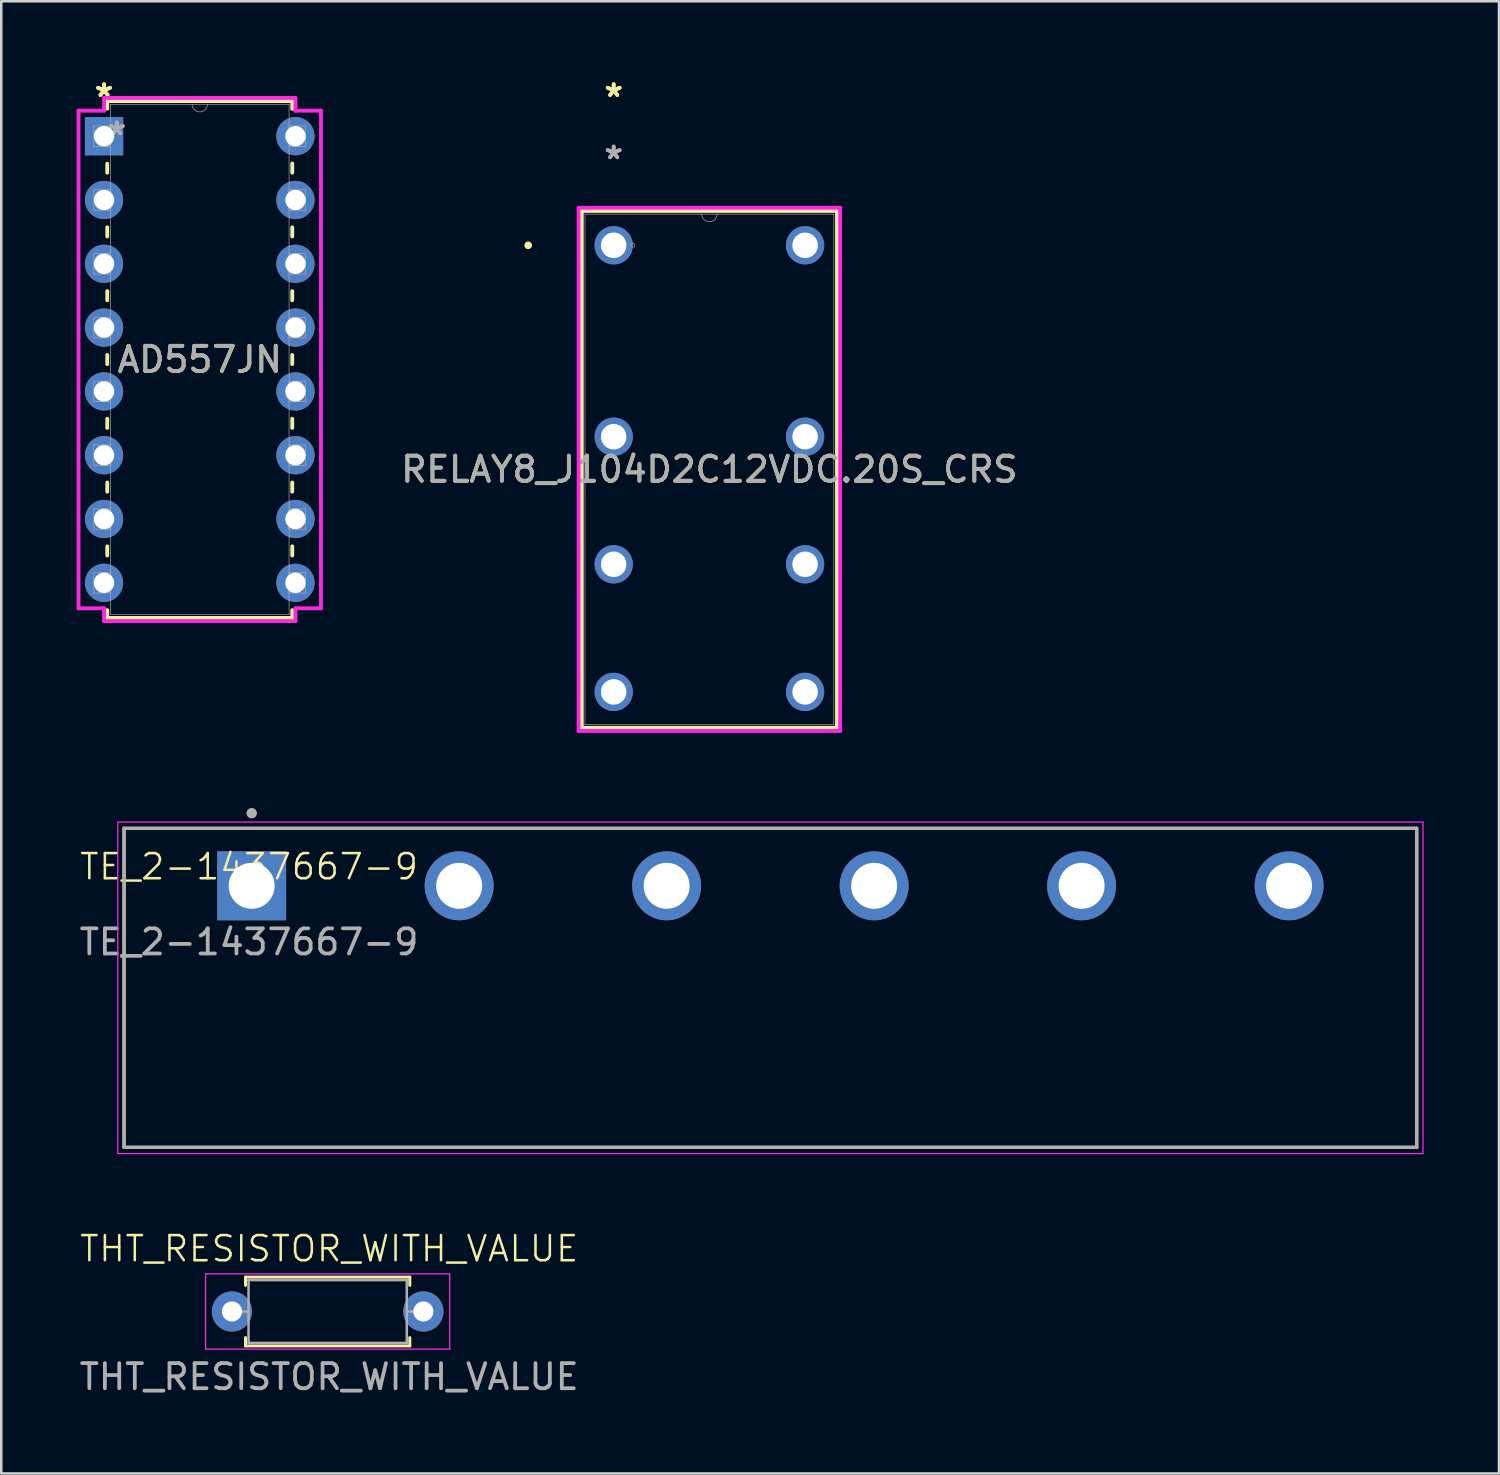
<source format=kicad_pcb>
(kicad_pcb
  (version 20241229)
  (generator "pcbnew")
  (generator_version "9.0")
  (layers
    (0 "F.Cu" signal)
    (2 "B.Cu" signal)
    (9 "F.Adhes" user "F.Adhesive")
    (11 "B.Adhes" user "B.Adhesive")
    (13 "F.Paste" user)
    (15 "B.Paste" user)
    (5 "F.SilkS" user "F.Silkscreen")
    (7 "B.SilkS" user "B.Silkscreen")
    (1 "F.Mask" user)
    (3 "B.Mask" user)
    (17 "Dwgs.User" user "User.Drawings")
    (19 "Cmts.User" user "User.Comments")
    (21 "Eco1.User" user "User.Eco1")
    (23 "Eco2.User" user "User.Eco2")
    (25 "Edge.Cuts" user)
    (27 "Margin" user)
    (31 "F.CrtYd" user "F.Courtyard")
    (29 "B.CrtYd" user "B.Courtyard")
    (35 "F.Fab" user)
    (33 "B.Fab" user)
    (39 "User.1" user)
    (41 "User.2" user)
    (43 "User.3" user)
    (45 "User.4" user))
  (footprint "RELAY8_J104D2C12VDC.20S_CRS"
    (layer "F.Cu")
    (at 21.381 6.715)
    (property "Reference" "RELAY8_J104D2C12VDC.20S_CRS" (at 3.81 8.92 0) (unlocked yes) (layer "F.SilkS") (effects (font (size 1 1) (thickness 0.15))))
    (attr through_hole)
    (fp_line (start -1.27 -1.367) (end -1.27 19.207) (stroke (width 0.152) (type solid)) (layer "F.SilkS"))
    (fp_line (start -1.27 19.207) (end 8.89 19.207) (stroke (width 0.152) (type solid)) (layer "F.SilkS"))
    (fp_line (start 8.89 -1.367) (end -1.27 -1.367) (stroke (width 0.152) (type solid)) (layer "F.SilkS"))
    (fp_line (start 8.89 19.207) (end 8.89 -1.367) (stroke (width 0.152) (type solid)) (layer "F.SilkS"))
    (fp_circle (center -3.404 0) (end -3.327 0) (stroke (width 0.152) (type solid)) (fill no) (layer "F.SilkS"))
    (fp_line (start -1.397 -1.494) (end 9.017 -1.494) (stroke (width 0.152) (type solid)) (layer "F.CrtYd"))
    (fp_line (start -1.397 19.334) (end -1.397 -1.494) (stroke (width 0.152) (type solid)) (layer "F.CrtYd"))
    (fp_line (start 9.017 -1.494) (end 9.017 19.334) (stroke (width 0.152) (type solid)) (layer "F.CrtYd"))
    (fp_line (start 9.017 19.334) (end -1.397 19.334) (stroke (width 0.152) (type solid)) (layer "F.CrtYd"))
    (fp_line (start -1.143 -1.24) (end -1.143 19.08) (stroke (width 0.025) (type solid)) (layer "F.Fab"))
    (fp_line (start -1.143 19.08) (end 8.763 19.08) (stroke (width 0.025) (type solid)) (layer "F.Fab"))
    (fp_line (start 8.763 -1.24) (end -1.143 -1.24) (stroke (width 0.025) (type solid)) (layer "F.Fab"))
    (fp_line (start 8.763 19.08) (end 8.763 -1.24) (stroke (width 0.025) (type solid)) (layer "F.Fab"))
    (fp_arc (start 4.1148 -1.240003) (mid 3.81 -0.935203) (end 3.5052 -1.240003) (stroke (width 0.0254) (type solid)) (layer "F.Fab"))
    (fp_circle (center 0.762 0) (end 0.838 0) (stroke (width 0.025) (type solid)) (fill no) (layer "F.Fab"))
    (fp_text user "*" (at 0 -5.867 0) (layer "F.SilkS") (effects (font (size 1 1) (thickness 0.15))))
    (fp_text user "*" (at 0 -5.867 0) (unlocked yes) (layer "F.SilkS") (effects (font (size 1 1) (thickness 0.15))))
    (fp_text user "*" (at 0 -3.387 0) (layer "F.Fab") (effects (font (size 1 1) (thickness 0.15))))
    (fp_text user "${REFERENCE}" (at 3.81 8.92 0) (unlocked yes) (layer "F.Fab") (effects (font (size 1 1) (thickness 0.15))))
    (fp_text user "*" (at 0 -3.387 0) (unlocked yes) (layer "F.Fab") (effects (font (size 1 1) (thickness 0.15))))
    (pad "1" thru_hole circle (at 0 0) (size 1.524 1.524) (drill 1.016) (layers "*.Cu" "*.Mask"))
    (pad "2" thru_hole circle (at 0 7.62) (size 1.524 1.524) (drill 1.016) (layers "*.Cu" "*.Mask"))
    (pad "3" thru_hole circle (at 0 12.7) (size 1.524 1.524) (drill 1.016) (layers "*.Cu" "*.Mask"))
    (pad "4" thru_hole circle (at 0 17.78) (size 1.524 1.524) (drill 1.016) (layers "*.Cu" "*.Mask"))
    (pad "5" thru_hole circle (at 7.62 17.78) (size 1.524 1.524) (drill 1.016) (layers "*.Cu" "*.Mask"))
    (pad "6" thru_hole circle (at 7.62 12.7) (size 1.524 1.524) (drill 1.016) (layers "*.Cu" "*.Mask"))
    (pad "7" thru_hole circle (at 7.62 7.62) (size 1.524 1.524) (drill 1.016) (layers "*.Cu" "*.Mask"))
    (pad "8" thru_hole circle (at 7.62 0) (size 1.524 1.524) (drill 1.016) (layers "*.Cu" "*.Mask")))
  (footprint "THT_RESISTOR_WITH_VALUE"
    (layer "F.Cu")
    (at 10.054 49.261)
    (property "Reference" "THT_RESISTOR_WITH_VALUE" (at 0 -2.6 0) (unlocked yes) (layer "F.SilkS") (effects (font (size 1 1) (thickness 0.1))))
    (attr through_hole)
    (fp_line (start -3.33 -1.47) (end 3.21 -1.47) (stroke (width 0.12) (type solid)) (layer "F.SilkS"))
    (fp_line (start -3.33 -1.14) (end -3.33 -1.47) (stroke (width 0.12) (type solid)) (layer "F.SilkS"))
    (fp_line (start -3.33 0.94) (end -3.33 1.27) (stroke (width 0.12) (type solid)) (layer "F.SilkS"))
    (fp_line (start -3.33 1.27) (end 3.21 1.27) (stroke (width 0.12) (type solid)) (layer "F.SilkS"))
    (fp_line (start 3.21 -1.47) (end 3.21 -1.14) (stroke (width 0.12) (type solid)) (layer "F.SilkS"))
    (fp_line (start 3.21 1.27) (end 3.21 0.94) (stroke (width 0.12) (type solid)) (layer "F.SilkS"))
    (fp_line (start -4.92 -1.6) (end -4.92 1.4) (stroke (width 0.05) (type solid)) (layer "F.CrtYd"))
    (fp_line (start -4.92 1.4) (end 4.8 1.4) (stroke (width 0.05) (type solid)) (layer "F.CrtYd"))
    (fp_line (start 4.8 -1.6) (end -4.92 -1.6) (stroke (width 0.05) (type solid)) (layer "F.CrtYd"))
    (fp_line (start 4.8 1.4) (end 4.8 -1.6) (stroke (width 0.05) (type solid)) (layer "F.CrtYd"))
    (fp_line (start -3.87 -0.1) (end -3.21 -0.1) (stroke (width 0.1) (type solid)) (layer "F.Fab"))
    (fp_line (start -3.21 -1.35) (end -3.21 1.15) (stroke (width 0.1) (type solid)) (layer "F.Fab"))
    (fp_line (start -3.21 1.15) (end 3.09 1.15) (stroke (width 0.1) (type solid)) (layer "F.Fab"))
    (fp_line (start 3.09 -1.35) (end -3.21 -1.35) (stroke (width 0.1) (type solid)) (layer "F.Fab"))
    (fp_line (start 3.09 1.15) (end 3.09 -1.35) (stroke (width 0.1) (type solid)) (layer "F.Fab"))
    (fp_line (start 3.75 -0.1) (end 3.09 -0.1) (stroke (width 0.1) (type solid)) (layer "F.Fab"))
    (fp_text user "${REFERENCE}" (at 0 2.5 0) (unlocked yes) (layer "F.Fab") (effects (font (size 1 1) (thickness 0.15))))
    (pad "1" thru_hole circle (at -3.87 -0.1) (size 1.6 1.6) (drill 0.8) (layers "*.Cu" "*.Mask"))
    (pad "2" thru_hole oval (at 3.75 -0.1) (size 1.6 1.6) (drill 0.8) (layers "*.Cu" "*.Mask")))
  (footprint "TE_2-1437667-9"
    (layer "F.Cu")
    (at 6.863 32.215)
    (property "Reference" "TE_2-1437667-9" (at 0 -0.762 0) (unlocked yes) (layer "F.SilkS") (effects (font (size 1 1) (thickness 0.1))))
    (attr through_hole)
    (fp_line (start -4.974 -2.29) (end 46.486 -2.29) (stroke (width 0.127) (type solid)) (layer "F.SilkS"))
    (fp_line (start -4.974 10.41) (end -4.974 -2.29) (stroke (width 0.127) (type solid)) (layer "F.SilkS"))
    (fp_line (start 46.486 -2.29) (end 46.486 10.41) (stroke (width 0.127) (type solid)) (layer "F.SilkS"))
    (fp_line (start 46.486 10.41) (end -4.974 10.41) (stroke (width 0.127) (type solid)) (layer "F.SilkS"))
    (fp_circle (center 0.106 -2.89) (end 0.206 -2.89) (stroke (width 0.2) (type solid)) (fill no) (layer "F.SilkS"))
    (fp_line (start -5.224 -2.54) (end 46.736 -2.54) (stroke (width 0.05) (type solid)) (layer "F.CrtYd"))
    (fp_line (start -5.224 10.66) (end -5.224 -2.54) (stroke (width 0.05) (type solid)) (layer "F.CrtYd"))
    (fp_line (start 46.736 -2.54) (end 46.736 10.66) (stroke (width 0.05) (type solid)) (layer "F.CrtYd"))
    (fp_line (start 46.736 10.66) (end -5.224 10.66) (stroke (width 0.05) (type solid)) (layer "F.CrtYd"))
    (fp_line (start -4.974 -2.29) (end 46.486 -2.29) (stroke (width 0.127) (type solid)) (layer "F.Fab"))
    (fp_line (start -4.974 10.41) (end -4.974 -2.29) (stroke (width 0.127) (type solid)) (layer "F.Fab"))
    (fp_line (start 46.486 -2.29) (end 46.486 10.41) (stroke (width 0.127) (type solid)) (layer "F.Fab"))
    (fp_line (start 46.486 10.41) (end -4.974 10.41) (stroke (width 0.127) (type solid)) (layer "F.Fab"))
    (fp_circle (center 0.106 -2.89) (end 0.206 -2.89) (stroke (width 0.2) (type solid)) (fill no) (layer "F.Fab"))
    (fp_text user "${REFERENCE}" (at 0 2.238 0) (unlocked yes) (layer "F.Fab") (effects (font (size 1 1) (thickness 0.15))))
    (pad "1" thru_hole rect (at 0.106 0) (size 2.745 2.745) (drill 1.83) (layers "*.Cu" "*.Mask"))
    (pad "2" thru_hole circle (at 8.366 0) (size 2.745 2.745) (drill 1.83) (layers "*.Cu" "*.Mask"))
    (pad "3" thru_hole circle (at 16.626 0) (size 2.745 2.745) (drill 1.83) (layers "*.Cu" "*.Mask"))
    (pad "4" thru_hole circle (at 24.886 0) (size 2.745 2.745) (drill 1.83) (layers "*.Cu" "*.Mask"))
    (pad "5" thru_hole circle (at 33.146 0) (size 2.745 2.745) (drill 1.83) (layers "*.Cu" "*.Mask"))
    (pad "6" thru_hole circle (at 41.406 0) (size 2.745 2.745) (drill 1.83) (layers "*.Cu" "*.Mask")))
  (footprint "AD557JN"
    (layer "F.Cu")
    (at 1.092 2.372)
    (property "Reference" "AD557JN" (at 3.81 8.89 0) (unlocked yes) (layer "F.SilkS") (effects (font (size 1 1) (thickness 0.15))))
    (attr through_hole)
    (fp_line (start 0.127 -1.397) (end 0.127 -1.095) (stroke (width 0.152) (type solid)) (layer "F.SilkS"))
    (fp_line (start 0.127 1.095) (end 0.127 1.453) (stroke (width 0.152) (type solid)) (layer "F.SilkS"))
    (fp_line (start 0.127 3.627) (end 0.127 3.993) (stroke (width 0.152) (type solid)) (layer "F.SilkS"))
    (fp_line (start 0.127 6.167) (end 0.127 6.533) (stroke (width 0.152) (type solid)) (layer "F.SilkS"))
    (fp_line (start 0.127 8.707) (end 0.127 9.073) (stroke (width 0.152) (type solid)) (layer "F.SilkS"))
    (fp_line (start 0.127 11.247) (end 0.127 11.613) (stroke (width 0.152) (type solid)) (layer "F.SilkS"))
    (fp_line (start 0.127 13.787) (end 0.127 14.153) (stroke (width 0.152) (type solid)) (layer "F.SilkS"))
    (fp_line (start 0.127 16.327) (end 0.127 16.693) (stroke (width 0.152) (type solid)) (layer "F.SilkS"))
    (fp_line (start 0.127 18.867) (end 0.127 19.177) (stroke (width 0.152) (type solid)) (layer "F.SilkS"))
    (fp_line (start 0.127 19.177) (end 7.493 19.177) (stroke (width 0.152) (type solid)) (layer "F.SilkS"))
    (fp_line (start 7.493 -1.397) (end 0.127 -1.397) (stroke (width 0.152) (type solid)) (layer "F.SilkS"))
    (fp_line (start 7.493 -1.087) (end 7.493 -1.397) (stroke (width 0.152) (type solid)) (layer "F.SilkS"))
    (fp_line (start 7.493 1.453) (end 7.493 1.087) (stroke (width 0.152) (type solid)) (layer "F.SilkS"))
    (fp_line (start 7.493 3.993) (end 7.493 3.627) (stroke (width 0.152) (type solid)) (layer "F.SilkS"))
    (fp_line (start 7.493 6.533) (end 7.493 6.167) (stroke (width 0.152) (type solid)) (layer "F.SilkS"))
    (fp_line (start 7.493 9.073) (end 7.493 8.707) (stroke (width 0.152) (type solid)) (layer "F.SilkS"))
    (fp_line (start 7.493 11.613) (end 7.493 11.247) (stroke (width 0.152) (type solid)) (layer "F.SilkS"))
    (fp_line (start 7.493 14.153) (end 7.493 13.787) (stroke (width 0.152) (type solid)) (layer "F.SilkS"))
    (fp_line (start 7.493 16.693) (end 7.493 16.327) (stroke (width 0.152) (type solid)) (layer "F.SilkS"))
    (fp_line (start 7.493 19.177) (end 7.493 18.867) (stroke (width 0.152) (type solid)) (layer "F.SilkS"))
    (fp_line (start -1.016 -1.016) (end 0 -1.016) (stroke (width 0.152) (type solid)) (layer "F.CrtYd"))
    (fp_line (start -1.016 18.796) (end -1.016 -1.016) (stroke (width 0.152) (type solid)) (layer "F.CrtYd"))
    (fp_line (start 0 -1.524) (end 7.62 -1.524) (stroke (width 0.152) (type solid)) (layer "F.CrtYd"))
    (fp_line (start 0 -1.016) (end 0 -1.524) (stroke (width 0.152) (type solid)) (layer "F.CrtYd"))
    (fp_line (start 0 18.796) (end -1.016 18.796) (stroke (width 0.152) (type solid)) (layer "F.CrtYd"))
    (fp_line (start 0 19.304) (end 0 18.796) (stroke (width 0.152) (type solid)) (layer "F.CrtYd"))
    (fp_line (start 7.62 -1.524) (end 7.62 -1.016) (stroke (width 0.152) (type solid)) (layer "F.CrtYd"))
    (fp_line (start 7.62 18.796) (end 7.62 19.304) (stroke (width 0.152) (type solid)) (layer "F.CrtYd"))
    (fp_line (start 7.62 19.304) (end 0 19.304) (stroke (width 0.152) (type solid)) (layer "F.CrtYd"))
    (fp_line (start 8.636 -1.016) (end 7.62 -1.016) (stroke (width 0.152) (type solid)) (layer "F.CrtYd"))
    (fp_line (start 8.636 -1.016) (end 8.636 18.796) (stroke (width 0.152) (type solid)) (layer "F.CrtYd"))
    (fp_line (start 8.636 18.796) (end 7.62 18.796) (stroke (width 0.152) (type solid)) (layer "F.CrtYd"))
    (fp_line (start -0.406 -0.406) (end -0.406 0.406) (stroke (width 0.025) (type solid)) (layer "F.Fab"))
    (fp_line (start -0.406 0.406) (end 0.254 0.406) (stroke (width 0.025) (type solid)) (layer "F.Fab"))
    (fp_line (start -0.406 2.134) (end -0.406 2.946) (stroke (width 0.025) (type solid)) (layer "F.Fab"))
    (fp_line (start -0.406 2.946) (end 0.254 2.946) (stroke (width 0.025) (type solid)) (layer "F.Fab"))
    (fp_line (start -0.406 4.674) (end -0.406 5.486) (stroke (width 0.025) (type solid)) (layer "F.Fab"))
    (fp_line (start -0.406 5.486) (end 0.254 5.486) (stroke (width 0.025) (type solid)) (layer "F.Fab"))
    (fp_line (start -0.406 7.214) (end -0.406 8.026) (stroke (width 0.025) (type solid)) (layer "F.Fab"))
    (fp_line (start -0.406 8.026) (end 0.254 8.026) (stroke (width 0.025) (type solid)) (layer "F.Fab"))
    (fp_line (start -0.406 9.754) (end -0.406 10.566) (stroke (width 0.025) (type solid)) (layer "F.Fab"))
    (fp_line (start -0.406 10.566) (end 0.254 10.566) (stroke (width 0.025) (type solid)) (layer "F.Fab"))
    (fp_line (start -0.406 12.294) (end -0.406 13.106) (stroke (width 0.025) (type solid)) (layer "F.Fab"))
    (fp_line (start -0.406 13.106) (end 0.254 13.106) (stroke (width 0.025) (type solid)) (layer "F.Fab"))
    (fp_line (start -0.406 14.834) (end -0.406 15.646) (stroke (width 0.025) (type solid)) (layer "F.Fab"))
    (fp_line (start -0.406 15.646) (end 0.254 15.646) (stroke (width 0.025) (type solid)) (layer "F.Fab"))
    (fp_line (start -0.406 17.374) (end -0.406 18.186) (stroke (width 0.025) (type solid)) (layer "F.Fab"))
    (fp_line (start -0.406 18.186) (end 0.254 18.186) (stroke (width 0.025) (type solid)) (layer "F.Fab"))
    (fp_line (start 0.254 -1.27) (end 0.254 19.05) (stroke (width 0.025) (type solid)) (layer "F.Fab"))
    (fp_line (start 0.254 -0.406) (end -0.406 -0.406) (stroke (width 0.025) (type solid)) (layer "F.Fab"))
    (fp_line (start 0.254 0.406) (end 0.254 -0.406) (stroke (width 0.025) (type solid)) (layer "F.Fab"))
    (fp_line (start 0.254 2.134) (end -0.406 2.134) (stroke (width 0.025) (type solid)) (layer "F.Fab"))
    (fp_line (start 0.254 2.946) (end 0.254 2.134) (stroke (width 0.025) (type solid)) (layer "F.Fab"))
    (fp_line (start 0.254 4.674) (end -0.406 4.674) (stroke (width 0.025) (type solid)) (layer "F.Fab"))
    (fp_line (start 0.254 5.486) (end 0.254 4.674) (stroke (width 0.025) (type solid)) (layer "F.Fab"))
    (fp_line (start 0.254 7.214) (end -0.406 7.214) (stroke (width 0.025) (type solid)) (layer "F.Fab"))
    (fp_line (start 0.254 8.026) (end 0.254 7.214) (stroke (width 0.025) (type solid)) (layer "F.Fab"))
    (fp_line (start 0.254 9.754) (end -0.406 9.754) (stroke (width 0.025) (type solid)) (layer "F.Fab"))
    (fp_line (start 0.254 10.566) (end 0.254 9.754) (stroke (width 0.025) (type solid)) (layer "F.Fab"))
    (fp_line (start 0.254 12.294) (end -0.406 12.294) (stroke (width 0.025) (type solid)) (layer "F.Fab"))
    (fp_line (start 0.254 13.106) (end 0.254 12.294) (stroke (width 0.025) (type solid)) (layer "F.Fab"))
    (fp_line (start 0.254 14.834) (end -0.406 14.834) (stroke (width 0.025) (type solid)) (layer "F.Fab"))
    (fp_line (start 0.254 15.646) (end 0.254 14.834) (stroke (width 0.025) (type solid)) (layer "F.Fab"))
    (fp_line (start 0.254 17.374) (end -0.406 17.374) (stroke (width 0.025) (type solid)) (layer "F.Fab"))
    (fp_line (start 0.254 18.186) (end 0.254 17.374) (stroke (width 0.025) (type solid)) (layer "F.Fab"))
    (fp_line (start 0.254 19.05) (end 7.366 19.05) (stroke (width 0.025) (type solid)) (layer "F.Fab"))
    (fp_line (start 7.366 -1.27) (end 0.254 -1.27) (stroke (width 0.025) (type solid)) (layer "F.Fab"))
    (fp_line (start 7.366 -0.406) (end 7.366 0.406) (stroke (width 0.025) (type solid)) (layer "F.Fab"))
    (fp_line (start 7.366 0.406) (end 8.026 0.406) (stroke (width 0.025) (type solid)) (layer "F.Fab"))
    (fp_line (start 7.366 2.134) (end 7.366 2.946) (stroke (width 0.025) (type solid)) (layer "F.Fab"))
    (fp_line (start 7.366 2.946) (end 8.026 2.946) (stroke (width 0.025) (type solid)) (layer "F.Fab"))
    (fp_line (start 7.366 4.674) (end 7.366 5.486) (stroke (width 0.025) (type solid)) (layer "F.Fab"))
    (fp_line (start 7.366 5.486) (end 8.026 5.486) (stroke (width 0.025) (type solid)) (layer "F.Fab"))
    (fp_line (start 7.366 7.214) (end 7.366 8.026) (stroke (width 0.025) (type solid)) (layer "F.Fab"))
    (fp_line (start 7.366 8.026) (end 8.026 8.026) (stroke (width 0.025) (type solid)) (layer "F.Fab"))
    (fp_line (start 7.366 9.754) (end 7.366 10.566) (stroke (width 0.025) (type solid)) (layer "F.Fab"))
    (fp_line (start 7.366 10.566) (end 8.026 10.566) (stroke (width 0.025) (type solid)) (layer "F.Fab"))
    (fp_line (start 7.366 12.294) (end 7.366 13.106) (stroke (width 0.025) (type solid)) (layer "F.Fab"))
    (fp_line (start 7.366 13.106) (end 8.026 13.106) (stroke (width 0.025) (type solid)) (layer "F.Fab"))
    (fp_line (start 7.366 14.834) (end 7.366 15.646) (stroke (width 0.025) (type solid)) (layer "F.Fab"))
    (fp_line (start 7.366 15.646) (end 8.026 15.646) (stroke (width 0.025) (type solid)) (layer "F.Fab"))
    (fp_line (start 7.366 17.374) (end 7.366 18.186) (stroke (width 0.025) (type solid)) (layer "F.Fab"))
    (fp_line (start 7.366 18.186) (end 8.026 18.186) (stroke (width 0.025) (type solid)) (layer "F.Fab"))
    (fp_line (start 7.366 19.05) (end 7.366 -1.27) (stroke (width 0.025) (type solid)) (layer "F.Fab"))
    (fp_line (start 8.026 -0.406) (end 7.366 -0.406) (stroke (width 0.025) (type solid)) (layer "F.Fab"))
    (fp_line (start 8.026 0.406) (end 8.026 -0.406) (stroke (width 0.025) (type solid)) (layer "F.Fab"))
    (fp_line (start 8.026 2.134) (end 7.366 2.134) (stroke (width 0.025) (type solid)) (layer "F.Fab"))
    (fp_line (start 8.026 2.946) (end 8.026 2.134) (stroke (width 0.025) (type solid)) (layer "F.Fab"))
    (fp_line (start 8.026 4.674) (end 7.366 4.674) (stroke (width 0.025) (type solid)) (layer "F.Fab"))
    (fp_line (start 8.026 5.486) (end 8.026 4.674) (stroke (width 0.025) (type solid)) (layer "F.Fab"))
    (fp_line (start 8.026 7.214) (end 7.366 7.214) (stroke (width 0.025) (type solid)) (layer "F.Fab"))
    (fp_line (start 8.026 8.026) (end 8.026 7.214) (stroke (width 0.025) (type solid)) (layer "F.Fab"))
    (fp_line (start 8.026 9.754) (end 7.366 9.754) (stroke (width 0.025) (type solid)) (layer "F.Fab"))
    (fp_line (start 8.026 10.566) (end 8.026 9.754) (stroke (width 0.025) (type solid)) (layer "F.Fab"))
    (fp_line (start 8.026 12.294) (end 7.366 12.294) (stroke (width 0.025) (type solid)) (layer "F.Fab"))
    (fp_line (start 8.026 13.106) (end 8.026 12.294) (stroke (width 0.025) (type solid)) (layer "F.Fab"))
    (fp_line (start 8.026 14.834) (end 7.366 14.834) (stroke (width 0.025) (type solid)) (layer "F.Fab"))
    (fp_line (start 8.026 15.646) (end 8.026 14.834) (stroke (width 0.025) (type solid)) (layer "F.Fab"))
    (fp_line (start 8.026 17.374) (end 7.366 17.374) (stroke (width 0.025) (type solid)) (layer "F.Fab"))
    (fp_line (start 8.026 18.186) (end 8.026 17.374) (stroke (width 0.025) (type solid)) (layer "F.Fab"))
    (fp_arc (start 4.1148 -1.27) (mid 3.81 -0.9652) (end 3.5052 -1.27) (stroke (width 0.0254) (type solid)) (layer "F.Fab"))
    (fp_text user "*" (at 0 -1.524 0) (unlocked yes) (layer "F.SilkS") (effects (font (size 1 1) (thickness 0.15))))
    (fp_text user "*" (at 0 -1.524 0) (layer "F.SilkS") (effects (font (size 1 1) (thickness 0.15))))
    (fp_text user "*" (at 0.508 0 0) (unlocked yes) (layer "F.Fab") (effects (font (size 1 1) (thickness 0.15))))
    (fp_text user "*" (at 0.508 0 0) (layer "F.Fab") (effects (font (size 1 1) (thickness 0.15))))
    (fp_text user "${REFERENCE}" (at 3.81 8.89 0) (unlocked yes) (layer "F.Fab") (effects (font (size 1 1) (thickness 0.15))))
    (pad "1" thru_hole rect (at 0 0) (size 1.524 1.524) (drill 0.813) (layers "*.Cu" "*.Mask"))
    (pad "2" thru_hole circle (at 0 2.54) (size 1.524 1.524) (drill 0.813) (layers "*.Cu" "*.Mask"))
    (pad "3" thru_hole circle (at 0 5.08) (size 1.524 1.524) (drill 0.813) (layers "*.Cu" "*.Mask"))
    (pad "4" thru_hole circle (at 0 7.62) (size 1.524 1.524) (drill 0.813) (layers "*.Cu" "*.Mask"))
    (pad "5" thru_hole circle (at 0 10.16) (size 1.524 1.524) (drill 0.813) (layers "*.Cu" "*.Mask"))
    (pad "6" thru_hole circle (at 0 12.7) (size 1.524 1.524) (drill 0.813) (layers "*.Cu" "*.Mask"))
    (pad "7" thru_hole circle (at 0 15.24) (size 1.524 1.524) (drill 0.813) (layers "*.Cu" "*.Mask"))
    (pad "8" thru_hole circle (at 0 17.78) (size 1.524 1.524) (drill 0.813) (layers "*.Cu" "*.Mask"))
    (pad "9" thru_hole circle (at 7.62 17.78) (size 1.524 1.524) (drill 0.813) (layers "*.Cu" "*.Mask"))
    (pad "10" thru_hole circle (at 7.62 15.24) (size 1.524 1.524) (drill 0.813) (layers "*.Cu" "*.Mask"))
    (pad "11" thru_hole circle (at 7.62 12.7) (size 1.524 1.524) (drill 0.813) (layers "*.Cu" "*.Mask"))
    (pad "12" thru_hole circle (at 7.62 10.16) (size 1.524 1.524) (drill 0.813) (layers "*.Cu" "*.Mask"))
    (pad "13" thru_hole circle (at 7.62 7.62) (size 1.524 1.524) (drill 0.813) (layers "*.Cu" "*.Mask"))
    (pad "14" thru_hole circle (at 7.62 5.08) (size 1.524 1.524) (drill 0.813) (layers "*.Cu" "*.Mask"))
    (pad "15" thru_hole circle (at 7.62 2.54) (size 1.524 1.524) (drill 0.813) (layers "*.Cu" "*.Mask"))
    (pad "16" thru_hole circle (at 7.62 0) (size 1.524 1.524) (drill 0.813) (layers "*.Cu" "*.Mask")))
  (gr_rect
    (start -3 -3)
    (end 56.624 55.609)
    (stroke (width 0.1) (type default))
    (fill no)
    (layer "Edge.Cuts")))
</source>
